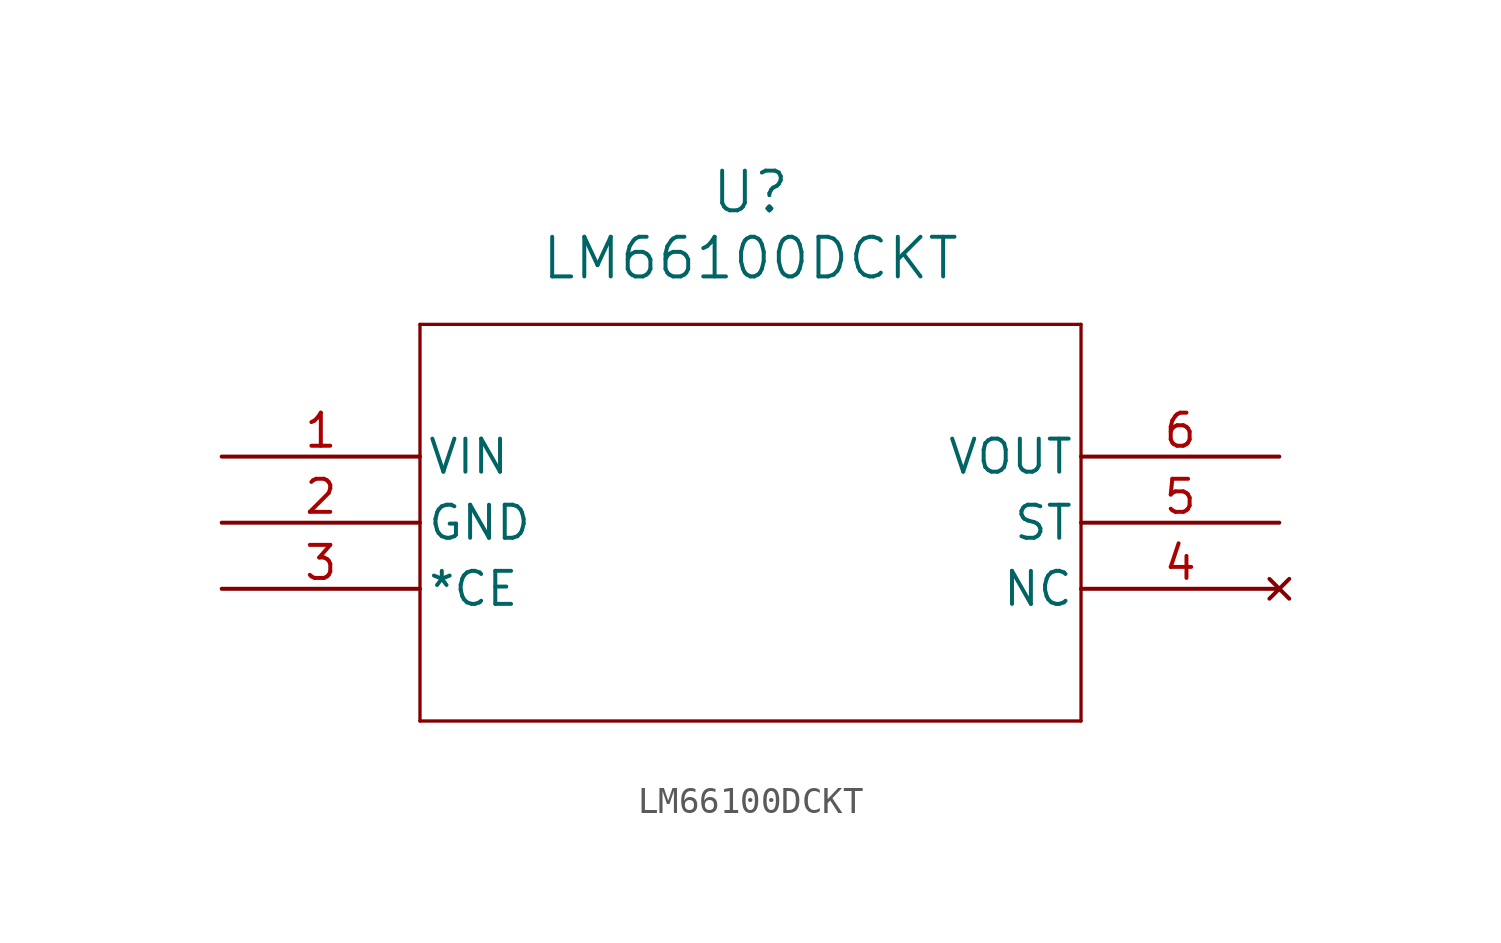
<source format=kicad_sym>
(kicad_symbol_lib
  (version 20211014)
  (generator kicad_symbol_editor)
  (symbol "LM66100DCKT"
    (pin_names
      (offset 0.254))
    (property "Reference" "U"
      (at 20.32 10.16 0)
      (effects (font (size 1.524 1.524))))
    (property "Value" "LM66100DCKT"
      (at 20.32 7.62 0)
      (effects (font (size 1.524 1.524))))
    (symbol "LM66100DCKT_0_1"
      (polyline (pts (xy 7.62 5.08) (xy 7.62 -10.16)) (stroke (width 0.127) (type default) (color 0 0 0 0)) (fill (type none)))
      (polyline (pts (xy 7.62 -10.16) (xy 33.02 -10.16)) (stroke (width 0.127) (type default) (color 0 0 0 0)) (fill (type none)))
      (polyline (pts (xy 33.02 -10.16) (xy 33.02 5.08)) (stroke (width 0.127) (type default) (color 0 0 0 0)) (fill (type none)))
      (polyline (pts (xy 33.02 5.08) (xy 7.62 5.08)) (stroke (width 0.127) (type default) (color 0 0 0 0)) (fill (type none)))
      (pin input line (at 0 0 0) (length 7.62) (name "VIN" (effects (font (size 1.27 1.27)))) (number "1" (effects (font (size 1.27 1.27)))))
      (pin power_in line (at 0 -2.54 0) (length 7.62) (name "GND" (effects (font (size 1.27 1.27)))) (number "2" (effects (font (size 1.27 1.27)))))
      (pin input line (at 0 -5.08 0) (length 7.62) (name "*CE" (effects (font (size 1.27 1.27)))) (number "3" (effects (font (size 1.27 1.27)))))
      (pin no_connect line (at 40.64 -5.08 180) (length 7.62) (name "NC" (effects (font (size 1.27 1.27)))) (number "4" (effects (font (size 1.27 1.27)))))
      (pin output line (at 40.64 -2.54 180) (length 7.62) (name "ST" (effects (font (size 1.27 1.27)))) (number "5" (effects (font (size 1.27 1.27)))))
      (pin output line (at 40.64 0 180) (length 7.62) (name "VOUT" (effects (font (size 1.27 1.27)))) (number "6" (effects (font (size 1.27 1.27))))))))
</source>
